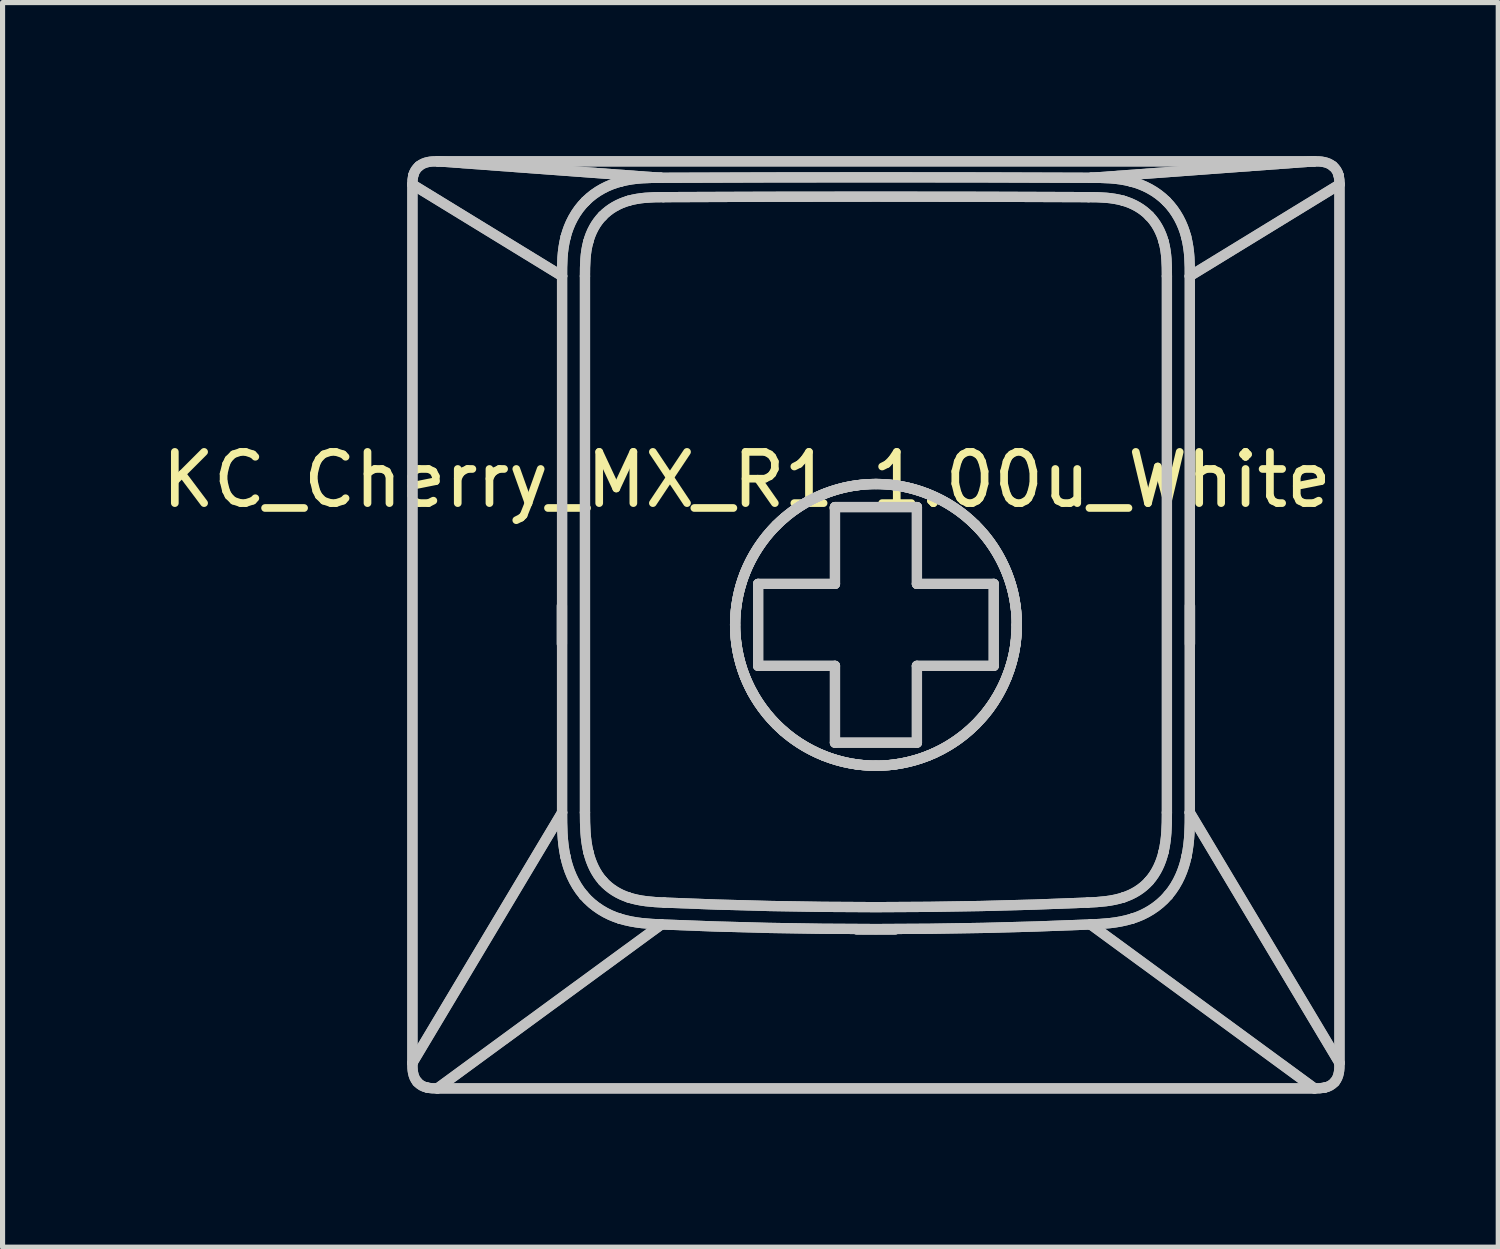
<source format=kicad_pcb>
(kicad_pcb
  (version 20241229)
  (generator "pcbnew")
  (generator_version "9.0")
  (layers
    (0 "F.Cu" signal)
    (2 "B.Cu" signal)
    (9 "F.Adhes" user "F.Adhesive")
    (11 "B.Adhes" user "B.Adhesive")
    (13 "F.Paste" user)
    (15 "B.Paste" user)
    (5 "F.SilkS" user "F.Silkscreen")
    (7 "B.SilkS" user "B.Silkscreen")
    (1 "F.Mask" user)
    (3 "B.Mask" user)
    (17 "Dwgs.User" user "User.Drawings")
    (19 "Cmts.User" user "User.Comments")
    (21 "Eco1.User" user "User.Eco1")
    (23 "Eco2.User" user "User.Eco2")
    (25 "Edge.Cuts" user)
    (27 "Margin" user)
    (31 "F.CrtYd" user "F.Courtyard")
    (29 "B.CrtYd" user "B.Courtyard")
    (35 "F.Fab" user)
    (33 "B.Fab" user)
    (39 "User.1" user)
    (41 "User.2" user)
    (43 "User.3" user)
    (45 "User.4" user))
  (footprint "KC_Cherry_MX_R1_1.00u_White"
    (layer "F.Cu")
    (at 14.07 9.112)
    (property "Reference" "KC_Cherry_MX_R1_1.00u_White" (at -2.54 -2.794 0) (layer "F.SilkS") (effects (font (size 1 1) (thickness 0.15))))
    (attr allow_missing_courtyard)
    (fp_line (start -9.068 -8.56) (end -6.146 -6.771) (stroke (width 0.2) (type default)) (layer "Dwgs.User"))
    (fp_line (start -9.068 -8.56) (end -6.146 -6.771) (stroke (width 0.2) (type default)) (layer "Dwgs.User"))
    (fp_line (start -9.068 8.591) (end -9.068 -8.56) (stroke (width 0.2) (type default)) (layer "Dwgs.User"))
    (fp_line (start -9.068 8.591) (end -9.068 -8.56) (stroke (width 0.2) (type default)) (layer "Dwgs.User"))
    (fp_line (start -9.068 8.591) (end -6.146 3.702) (stroke (width 0.2) (type default)) (layer "Dwgs.User"))
    (fp_line (start -9.068 8.591) (end -6.146 3.702) (stroke (width 0.2) (type default)) (layer "Dwgs.User"))
    (fp_line (start -8.58 9.088) (end -4.207 5.887) (stroke (width 0.2) (type default)) (layer "Dwgs.User"))
    (fp_line (start -8.58 9.088) (end -4.207 5.887) (stroke (width 0.2) (type default)) (layer "Dwgs.User"))
    (fp_line (start -8.575 -9.012) (end -4.216 -8.691) (stroke (width 0.2) (type default)) (layer "Dwgs.User"))
    (fp_line (start -8.575 -9.012) (end -4.216 -8.691) (stroke (width 0.2) (type default)) (layer "Dwgs.User"))
    (fp_line (start -8.575 -9.012) (end 8.539 -9.012) (stroke (width 0.2) (type default)) (layer "Dwgs.User"))
    (fp_line (start -8.575 -9.012) (end 8.539 -9.012) (stroke (width 0.2) (type default)) (layer "Dwgs.User"))
    (fp_line (start -6.149 0.412) (end -6.149 -0.338) (stroke (width 0.2) (type default)) (layer "Dwgs.User"))
    (fp_line (start -6.149 0.412) (end -6.149 -0.338) (stroke (width 0.2) (type default)) (layer "Dwgs.User"))
    (fp_line (start -6.146 -6.771) (end -6.146 3.702) (stroke (width 0.2) (type default)) (layer "Dwgs.User"))
    (fp_line (start -6.146 -6.771) (end -6.146 3.702) (stroke (width 0.2) (type default)) (layer "Dwgs.User"))
    (fp_line (start -5.699 -6.771) (end -5.699 3.702) (stroke (width 0.2) (type default)) (layer "Dwgs.User"))
    (fp_line (start -5.699 -6.771) (end -5.699 3.702) (stroke (width 0.2) (type default)) (layer "Dwgs.User"))
    (fp_line (start -2.318 -0.762) (end -0.818 -0.762) (stroke (width 0.2) (type default)) (layer "Dwgs.User"))
    (fp_line (start -2.318 -0.762) (end -0.818 -0.762) (stroke (width 0.2) (type default)) (layer "Dwgs.User"))
    (fp_line (start -2.318 0.838) (end -2.318 -0.762) (stroke (width 0.2) (type default)) (layer "Dwgs.User"))
    (fp_line (start -2.318 0.838) (end -2.318 -0.762) (stroke (width 0.2) (type default)) (layer "Dwgs.User"))
    (fp_line (start -0.818 -2.262) (end 0.782 -2.262) (stroke (width 0.2) (type default)) (layer "Dwgs.User"))
    (fp_line (start -0.818 -2.262) (end 0.782 -2.262) (stroke (width 0.2) (type default)) (layer "Dwgs.User"))
    (fp_line (start -0.818 -0.762) (end -0.818 -2.262) (stroke (width 0.2) (type default)) (layer "Dwgs.User"))
    (fp_line (start -0.818 -0.762) (end -0.818 -2.262) (stroke (width 0.2) (type default)) (layer "Dwgs.User"))
    (fp_line (start -0.818 0.838) (end -2.318 0.838) (stroke (width 0.2) (type default)) (layer "Dwgs.User"))
    (fp_line (start -0.818 0.838) (end -2.318 0.838) (stroke (width 0.2) (type default)) (layer "Dwgs.User"))
    (fp_line (start -0.818 2.338) (end -0.818 0.838) (stroke (width 0.2) (type default)) (layer "Dwgs.User"))
    (fp_line (start -0.818 2.338) (end -0.818 0.838) (stroke (width 0.2) (type default)) (layer "Dwgs.User"))
    (fp_line (start -0.393 5.985) (end 0.357 5.985) (stroke (width 0.2) (type default)) (layer "Dwgs.User"))
    (fp_line (start -0.393 5.985) (end 0.357 5.985) (stroke (width 0.2) (type default)) (layer "Dwgs.User"))
    (fp_line (start 0.782 -2.262) (end 0.782 -0.762) (stroke (width 0.2) (type default)) (layer "Dwgs.User"))
    (fp_line (start 0.782 -2.262) (end 0.782 -0.762) (stroke (width 0.2) (type default)) (layer "Dwgs.User"))
    (fp_line (start 0.782 -0.762) (end 2.282 -0.762) (stroke (width 0.2) (type default)) (layer "Dwgs.User"))
    (fp_line (start 0.782 -0.762) (end 2.282 -0.762) (stroke (width 0.2) (type default)) (layer "Dwgs.User"))
    (fp_line (start 0.782 0.838) (end 0.782 2.338) (stroke (width 0.2) (type default)) (layer "Dwgs.User"))
    (fp_line (start 0.782 0.838) (end 0.782 2.338) (stroke (width 0.2) (type default)) (layer "Dwgs.User"))
    (fp_line (start 0.782 2.338) (end -0.818 2.338) (stroke (width 0.2) (type default)) (layer "Dwgs.User"))
    (fp_line (start 0.782 2.338) (end -0.818 2.338) (stroke (width 0.2) (type default)) (layer "Dwgs.User"))
    (fp_line (start 2.282 -0.762) (end 2.282 0.838) (stroke (width 0.2) (type default)) (layer "Dwgs.User"))
    (fp_line (start 2.282 -0.762) (end 2.282 0.838) (stroke (width 0.2) (type default)) (layer "Dwgs.User"))
    (fp_line (start 2.282 0.838) (end 0.782 0.838) (stroke (width 0.2) (type default)) (layer "Dwgs.User"))
    (fp_line (start 2.282 0.838) (end 0.782 0.838) (stroke (width 0.2) (type default)) (layer "Dwgs.User"))
    (fp_line (start 2.707 0.412) (end 2.732 0.038) (stroke (width 0.2) (type default)) (layer "Dwgs.User"))
    (fp_line (start 4.181 -8.691) (end 8.539 -9.012) (stroke (width 0.2) (type default)) (layer "Dwgs.User"))
    (fp_line (start 4.181 -8.691) (end 8.539 -9.012) (stroke (width 0.2) (type default)) (layer "Dwgs.User"))
    (fp_line (start 5.663 3.702) (end 5.663 -6.771) (stroke (width 0.2) (type default)) (layer "Dwgs.User"))
    (fp_line (start 5.663 3.702) (end 5.663 -6.771) (stroke (width 0.2) (type default)) (layer "Dwgs.User"))
    (fp_line (start 6.11 -6.771) (end 9.032 -8.56) (stroke (width 0.2) (type default)) (layer "Dwgs.User"))
    (fp_line (start 6.11 -6.771) (end 9.032 -8.56) (stroke (width 0.2) (type default)) (layer "Dwgs.User"))
    (fp_line (start 6.11 3.702) (end 6.11 -6.771) (stroke (width 0.2) (type default)) (layer "Dwgs.User"))
    (fp_line (start 6.11 3.702) (end 6.11 -6.771) (stroke (width 0.2) (type default)) (layer "Dwgs.User"))
    (fp_line (start 6.113 0.412) (end 6.113 -0.338) (stroke (width 0.2) (type default)) (layer "Dwgs.User"))
    (fp_line (start 6.113 0.412) (end 6.113 -0.338) (stroke (width 0.2) (type default)) (layer "Dwgs.User"))
    (fp_line (start 8.544 9.088) (end -8.58 9.088) (stroke (width 0.2) (type default)) (layer "Dwgs.User"))
    (fp_line (start 8.544 9.088) (end -8.58 9.088) (stroke (width 0.2) (type default)) (layer "Dwgs.User"))
    (fp_line (start 8.544 9.088) (end 4.172 5.887) (stroke (width 0.2) (type default)) (layer "Dwgs.User"))
    (fp_line (start 8.544 9.088) (end 4.172 5.887) (stroke (width 0.2) (type default)) (layer "Dwgs.User"))
    (fp_line (start 9.032 -8.56) (end 9.032 8.591) (stroke (width 0.2) (type default)) (layer "Dwgs.User"))
    (fp_line (start 9.032 -8.56) (end 9.032 8.591) (stroke (width 0.2) (type default)) (layer "Dwgs.User"))
    (fp_line (start 9.032 8.591) (end 6.11 3.702) (stroke (width 0.2) (type default)) (layer "Dwgs.User"))
    (fp_line (start 9.032 8.591) (end 6.11 3.702) (stroke (width 0.2) (type default)) (layer "Dwgs.User"))
    (fp_curve (pts (xy -9.068 -8.56) (xy -9.07 -8.619) (xy -9.065 -8.678) (xy -9.052 -8.736)) (stroke (width 0.2) (type default)) (layer "Dwgs.User"))
    (fp_curve (pts (xy -9.068 -8.56) (xy -9.07 -8.619) (xy -9.065 -8.678) (xy -9.052 -8.736)) (stroke (width 0.2) (type default)) (layer "Dwgs.User"))
    (fp_curve (pts (xy -9.052 -8.736) (xy -9.033 -8.809) (xy -8.995 -8.87) (xy -8.938 -8.918)) (stroke (width 0.2) (type default)) (layer "Dwgs.User"))
    (fp_curve (pts (xy -9.052 -8.736) (xy -9.033 -8.809) (xy -8.995 -8.87) (xy -8.938 -8.918)) (stroke (width 0.2) (type default)) (layer "Dwgs.User"))
    (fp_curve (pts (xy -8.974 8.961) (xy -9.062 8.86) (xy -9.07 8.719) (xy -9.068 8.591)) (stroke (width 0.2) (type default)) (layer "Dwgs.User"))
    (fp_curve (pts (xy -8.974 8.961) (xy -9.062 8.86) (xy -9.07 8.719) (xy -9.068 8.591)) (stroke (width 0.2) (type default)) (layer "Dwgs.User"))
    (fp_curve (pts (xy -8.938 -8.918) (xy -8.837 -9.002) (xy -8.701 -9.015) (xy -8.575 -9.012)) (stroke (width 0.2) (type default)) (layer "Dwgs.User"))
    (fp_curve (pts (xy -8.938 -8.918) (xy -8.837 -9.002) (xy -8.701 -9.015) (xy -8.575 -9.012)) (stroke (width 0.2) (type default)) (layer "Dwgs.User"))
    (fp_curve (pts (xy -8.78 9.072) (xy -8.857 9.057) (xy -8.922 9.02) (xy -8.974 8.961)) (stroke (width 0.2) (type default)) (layer "Dwgs.User"))
    (fp_curve (pts (xy -8.78 9.072) (xy -8.857 9.057) (xy -8.922 9.02) (xy -8.974 8.961)) (stroke (width 0.2) (type default)) (layer "Dwgs.User"))
    (fp_curve (pts (xy -8.58 9.088) (xy -8.647 9.09) (xy -8.714 9.085) (xy -8.78 9.072)) (stroke (width 0.2) (type default)) (layer "Dwgs.User"))
    (fp_curve (pts (xy -8.58 9.088) (xy -8.647 9.09) (xy -8.714 9.085) (xy -8.78 9.072)) (stroke (width 0.2) (type default)) (layer "Dwgs.User"))
    (fp_curve (pts (xy -6.146 -6.771) (xy -6.146 -6.995) (xy -6.148 -7.259) (xy -6.074 -7.542)) (stroke (width 0.2) (type default)) (layer "Dwgs.User"))
    (fp_curve (pts (xy -6.146 -6.771) (xy -6.146 -6.995) (xy -6.148 -7.259) (xy -6.074 -7.542)) (stroke (width 0.2) (type default)) (layer "Dwgs.User"))
    (fp_curve (pts (xy -6.082 4.557) (xy -6.147 4.248) (xy -6.145 3.961) (xy -6.146 3.702)) (stroke (width 0.2) (type default)) (layer "Dwgs.User"))
    (fp_curve (pts (xy -6.082 4.557) (xy -6.147 4.248) (xy -6.145 3.961) (xy -6.146 3.702)) (stroke (width 0.2) (type default)) (layer "Dwgs.User"))
    (fp_curve (pts (xy -6.074 -7.542) (xy -6.011 -7.787) (xy -5.881 -8.04) (xy -5.687 -8.232)) (stroke (width 0.2) (type default)) (layer "Dwgs.User"))
    (fp_curve (pts (xy -6.074 -7.542) (xy -6.011 -7.787) (xy -5.881 -8.04) (xy -5.687 -8.232)) (stroke (width 0.2) (type default)) (layer "Dwgs.User"))
    (fp_curve (pts (xy -5.724 5.317) (xy -5.923 5.084) (xy -6.029 4.809) (xy -6.082 4.557)) (stroke (width 0.2) (type default)) (layer "Dwgs.User"))
    (fp_curve (pts (xy -5.724 5.317) (xy -5.923 5.084) (xy -6.029 4.809) (xy -6.082 4.557)) (stroke (width 0.2) (type default)) (layer "Dwgs.User"))
    (fp_curve (pts (xy -5.699 -6.771) (xy -5.699 -6.995) (xy -5.695 -7.223) (xy -5.635 -7.44)) (stroke (width 0.2) (type default)) (layer "Dwgs.User"))
    (fp_curve (pts (xy -5.699 -6.771) (xy -5.699 -6.995) (xy -5.695 -7.223) (xy -5.635 -7.44)) (stroke (width 0.2) (type default)) (layer "Dwgs.User"))
    (fp_curve (pts (xy -5.687 -8.232) (xy -5.491 -8.43) (xy -5.24 -8.556) (xy -4.999 -8.617)) (stroke (width 0.2) (type default)) (layer "Dwgs.User"))
    (fp_curve (pts (xy -5.687 -8.232) (xy -5.491 -8.43) (xy -5.24 -8.556) (xy -4.999 -8.617)) (stroke (width 0.2) (type default)) (layer "Dwgs.User"))
    (fp_curve (pts (xy -5.635 -7.44) (xy -5.585 -7.629) (xy -5.491 -7.807) (xy -5.356 -7.945)) (stroke (width 0.2) (type default)) (layer "Dwgs.User"))
    (fp_curve (pts (xy -5.635 -7.44) (xy -5.585 -7.629) (xy -5.491 -7.807) (xy -5.356 -7.945)) (stroke (width 0.2) (type default)) (layer "Dwgs.User"))
    (fp_curve (pts (xy -5.632 4.475) (xy -5.693 4.223) (xy -5.699 3.961) (xy -5.699 3.702)) (stroke (width 0.2) (type default)) (layer "Dwgs.User"))
    (fp_curve (pts (xy -5.632 4.475) (xy -5.693 4.223) (xy -5.699 3.961) (xy -5.699 3.702)) (stroke (width 0.2) (type default)) (layer "Dwgs.User"))
    (fp_curve (pts (xy -5.356 -7.945) (xy -5.218 -8.088) (xy -5.041 -8.186) (xy -4.853 -8.241)) (stroke (width 0.2) (type default)) (layer "Dwgs.User"))
    (fp_curve (pts (xy -5.356 -7.945) (xy -5.218 -8.088) (xy -5.041 -8.186) (xy -4.853 -8.241)) (stroke (width 0.2) (type default)) (layer "Dwgs.User"))
    (fp_curve (pts (xy -5.351 5.039) (xy -5.492 4.881) (xy -5.582 4.682) (xy -5.632 4.475)) (stroke (width 0.2) (type default)) (layer "Dwgs.User"))
    (fp_curve (pts (xy -5.351 5.039) (xy -5.492 4.881) (xy -5.582 4.682) (xy -5.632 4.475)) (stroke (width 0.2) (type default)) (layer "Dwgs.User"))
    (fp_curve (pts (xy -5.019 5.774) (xy -5.269 5.699) (xy -5.535 5.541) (xy -5.724 5.317)) (stroke (width 0.2) (type default)) (layer "Dwgs.User"))
    (fp_curve (pts (xy -5.019 5.774) (xy -5.269 5.699) (xy -5.535 5.541) (xy -5.724 5.317)) (stroke (width 0.2) (type default)) (layer "Dwgs.User"))
    (fp_curve (pts (xy -4.999 -8.617) (xy -4.715 -8.691) (xy -4.448 -8.689) (xy -4.216 -8.691)) (stroke (width 0.2) (type default)) (layer "Dwgs.User"))
    (fp_curve (pts (xy -4.999 -8.617) (xy -4.715 -8.691) (xy -4.448 -8.689) (xy -4.216 -8.691)) (stroke (width 0.2) (type default)) (layer "Dwgs.User"))
    (fp_curve (pts (xy -4.853 -8.241) (xy -4.632 -8.305) (xy -4.399 -8.313) (xy -4.169 -8.313)) (stroke (width 0.2) (type default)) (layer "Dwgs.User"))
    (fp_curve (pts (xy -4.853 -8.241) (xy -4.632 -8.305) (xy -4.399 -8.313) (xy -4.169 -8.313)) (stroke (width 0.2) (type default)) (layer "Dwgs.User"))
    (fp_curve (pts (xy -4.851 5.359) (xy -5.04 5.297) (xy -5.217 5.19) (xy -5.351 5.039)) (stroke (width 0.2) (type default)) (layer "Dwgs.User"))
    (fp_curve (pts (xy -4.851 5.359) (xy -5.04 5.297) (xy -5.217 5.19) (xy -5.351 5.039)) (stroke (width 0.2) (type default)) (layer "Dwgs.User"))
    (fp_curve (pts (xy -4.207 5.887) (xy -4.446 5.875) (xy -4.72 5.866) (xy -5.019 5.774)) (stroke (width 0.2) (type default)) (layer "Dwgs.User"))
    (fp_curve (pts (xy -4.207 5.887) (xy -4.446 5.875) (xy -4.72 5.866) (xy -5.019 5.774)) (stroke (width 0.2) (type default)) (layer "Dwgs.User"))
    (fp_curve (pts (xy -4.207 5.887) (xy -1.43 6.007) (xy 1.395 6.007) (xy 4.172 5.887)) (stroke (width 0.2) (type default)) (layer "Dwgs.User"))
    (fp_curve (pts (xy -4.207 5.887) (xy -1.43 6.007) (xy 1.395 6.007) (xy 4.172 5.887)) (stroke (width 0.2) (type default)) (layer "Dwgs.User"))
    (fp_curve (pts (xy -4.151 5.46) (xy -4.387 5.45) (xy -4.626 5.433) (xy -4.851 5.359)) (stroke (width 0.2) (type default)) (layer "Dwgs.User"))
    (fp_curve (pts (xy -4.151 5.46) (xy -4.387 5.45) (xy -4.626 5.433) (xy -4.851 5.359)) (stroke (width 0.2) (type default)) (layer "Dwgs.User"))
    (fp_curve (pts (xy -4.151 5.46) (xy -1.411 5.579) (xy 1.376 5.579) (xy 4.116 5.46)) (stroke (width 0.2) (type default)) (layer "Dwgs.User"))
    (fp_curve (pts (xy -4.151 5.46) (xy -1.411 5.579) (xy 1.376 5.579) (xy 4.116 5.46)) (stroke (width 0.2) (type default)) (layer "Dwgs.User"))
    (fp_curve (pts (xy -2.768 0.038) (xy -2.768 0.361) (xy -2.709 0.711) (xy -2.575 1.05)) (stroke (width 0.2) (type default)) (layer "Dwgs.User"))
    (fp_curve (pts (xy -2.768 0.038) (xy -2.768 0.361) (xy -2.709 0.711) (xy -2.575 1.05)) (stroke (width 0.2) (type default)) (layer "Dwgs.User"))
    (fp_curve (pts (xy -2.742 -0.338) (xy -2.776 -0.088) (xy -2.776 0.162) (xy -2.742 0.412)) (stroke (width 0.2) (type default)) (layer "Dwgs.User"))
    (fp_curve (pts (xy -2.742 -0.338) (xy -2.776 -0.088) (xy -2.776 0.162) (xy -2.742 0.412)) (stroke (width 0.2) (type default)) (layer "Dwgs.User"))
    (fp_curve (pts (xy -2.742 -0.338) (xy -2.722 -0.48) (xy -2.693 -0.617) (xy -2.653 -0.749)) (stroke (width 0.2) (type default)) (layer "Dwgs.User"))
    (fp_curve (pts (xy -2.742 -0.338) (xy -2.722 -0.48) (xy -2.693 -0.617) (xy -2.653 -0.749)) (stroke (width 0.2) (type default)) (layer "Dwgs.User"))
    (fp_curve (pts (xy -2.653 -0.749) (xy -2.514 -1.224) (xy -2.22 -1.7) (xy -1.808 -2.05)) (stroke (width 0.2) (type default)) (layer "Dwgs.User"))
    (fp_curve (pts (xy -2.653 -0.749) (xy -2.514 -1.224) (xy -2.22 -1.7) (xy -1.808 -2.05)) (stroke (width 0.2) (type default)) (layer "Dwgs.User"))
    (fp_curve (pts (xy -2.575 -0.975) (xy -2.709 -0.636) (xy -2.768 -0.286) (xy -2.768 0.038)) (stroke (width 0.2) (type default)) (layer "Dwgs.User"))
    (fp_curve (pts (xy -2.575 -0.975) (xy -2.709 -0.636) (xy -2.768 -0.286) (xy -2.768 0.038)) (stroke (width 0.2) (type default)) (layer "Dwgs.User"))
    (fp_curve (pts (xy -2.575 1.05) (xy -2.441 1.389) (xy -2.231 1.714) (xy -1.962 1.982)) (stroke (width 0.2) (type default)) (layer "Dwgs.User"))
    (fp_curve (pts (xy -2.575 1.05) (xy -2.441 1.389) (xy -2.231 1.714) (xy -1.962 1.982)) (stroke (width 0.2) (type default)) (layer "Dwgs.User"))
    (fp_curve (pts (xy -2.428 1.362) (xy -2.589 1.071) (xy -2.697 0.744) (xy -2.742 0.412)) (stroke (width 0.2) (type default)) (layer "Dwgs.User"))
    (fp_curve (pts (xy -2.428 1.362) (xy -2.589 1.071) (xy -2.697 0.744) (xy -2.742 0.412)) (stroke (width 0.2) (type default)) (layer "Dwgs.User"))
    (fp_curve (pts (xy -1.962 -1.907) (xy -2.231 -1.639) (xy -2.441 -1.313) (xy -2.575 -0.975)) (stroke (width 0.2) (type default)) (layer "Dwgs.User"))
    (fp_curve (pts (xy -1.962 -1.907) (xy -2.231 -1.639) (xy -2.441 -1.313) (xy -2.575 -0.975)) (stroke (width 0.2) (type default)) (layer "Dwgs.User"))
    (fp_curve (pts (xy -1.962 1.982) (xy -1.694 2.251) (xy -1.369 2.461) (xy -1.03 2.595)) (stroke (width 0.2) (type default)) (layer "Dwgs.User"))
    (fp_curve (pts (xy -1.962 1.982) (xy -1.694 2.251) (xy -1.369 2.461) (xy -1.03 2.595)) (stroke (width 0.2) (type default)) (layer "Dwgs.User"))
    (fp_curve (pts (xy -1.825 2.111) (xy -2.058 1.908) (xy -2.268 1.653) (xy -2.428 1.362)) (stroke (width 0.2) (type default)) (layer "Dwgs.User"))
    (fp_curve (pts (xy -1.825 2.111) (xy -2.058 1.908) (xy -2.268 1.653) (xy -2.428 1.362)) (stroke (width 0.2) (type default)) (layer "Dwgs.User"))
    (fp_curve (pts (xy -1.808 -2.05) (xy -1.399 -2.404) (xy -0.884 -2.622) (xy -0.393 -2.687)) (stroke (width 0.2) (type default)) (layer "Dwgs.User"))
    (fp_curve (pts (xy -1.808 -2.05) (xy -1.399 -2.404) (xy -0.884 -2.622) (xy -0.393 -2.687)) (stroke (width 0.2) (type default)) (layer "Dwgs.User"))
    (fp_curve (pts (xy -1.03 -2.519) (xy -1.369 -2.386) (xy -1.694 -2.176) (xy -1.962 -1.907)) (stroke (width 0.2) (type default)) (layer "Dwgs.User"))
    (fp_curve (pts (xy -1.03 -2.519) (xy -1.369 -2.386) (xy -1.694 -2.176) (xy -1.962 -1.907)) (stroke (width 0.2) (type default)) (layer "Dwgs.User"))
    (fp_curve (pts (xy -1.03 2.595) (xy -0.691 2.729) (xy -0.342 2.788) (xy -0.018 2.788)) (stroke (width 0.2) (type default)) (layer "Dwgs.User"))
    (fp_curve (pts (xy -1.03 2.595) (xy -0.691 2.729) (xy -0.342 2.788) (xy -0.018 2.788)) (stroke (width 0.2) (type default)) (layer "Dwgs.User"))
    (fp_curve (pts (xy -0.393 2.762) (xy -0.936 2.69) (xy -1.448 2.443) (xy -1.825 2.111)) (stroke (width 0.2) (type default)) (layer "Dwgs.User"))
    (fp_curve (pts (xy -0.393 2.762) (xy -0.936 2.69) (xy -1.448 2.443) (xy -1.825 2.111)) (stroke (width 0.2) (type default)) (layer "Dwgs.User"))
    (fp_curve (pts (xy -0.018 -2.712) (xy -0.342 -2.713) (xy -0.691 -2.654) (xy -1.03 -2.519)) (stroke (width 0.2) (type default)) (layer "Dwgs.User"))
    (fp_curve (pts (xy -0.018 -2.712) (xy -0.342 -2.713) (xy -0.691 -2.654) (xy -1.03 -2.519)) (stroke (width 0.2) (type default)) (layer "Dwgs.User"))
    (fp_curve (pts (xy -0.018 2.788) (xy 0.306 2.788) (xy 0.656 2.729) (xy 0.994 2.595)) (stroke (width 0.2) (type default)) (layer "Dwgs.User"))
    (fp_curve (pts (xy -0.018 2.788) (xy 0.306 2.788) (xy 0.656 2.729) (xy 0.994 2.595)) (stroke (width 0.2) (type default)) (layer "Dwgs.User"))
    (fp_curve (pts (xy 0.357 -2.687) (xy 0.107 -2.721) (xy -0.143 -2.721) (xy -0.393 -2.687)) (stroke (width 0.2) (type default)) (layer "Dwgs.User"))
    (fp_curve (pts (xy 0.357 -2.687) (xy 0.107 -2.721) (xy -0.143 -2.721) (xy -0.393 -2.687)) (stroke (width 0.2) (type default)) (layer "Dwgs.User"))
    (fp_curve (pts (xy 0.357 -2.687) (xy 0.892 -2.617) (xy 1.472 -2.359) (xy 1.911 -1.922)) (stroke (width 0.2) (type default)) (layer "Dwgs.User"))
    (fp_curve (pts (xy 0.357 -2.687) (xy 0.892 -2.617) (xy 1.472 -2.359) (xy 1.911 -1.922)) (stroke (width 0.2) (type default)) (layer "Dwgs.User"))
    (fp_curve (pts (xy 0.357 2.762) (xy 0.107 2.796) (xy -0.143 2.796) (xy -0.393 2.762)) (stroke (width 0.2) (type default)) (layer "Dwgs.User"))
    (fp_curve (pts (xy 0.357 2.762) (xy 0.107 2.796) (xy -0.143 2.796) (xy -0.393 2.762)) (stroke (width 0.2) (type default)) (layer "Dwgs.User"))
    (fp_curve (pts (xy 0.994 -2.519) (xy 0.656 -2.654) (xy 0.306 -2.713) (xy -0.018 -2.712)) (stroke (width 0.2) (type default)) (layer "Dwgs.User"))
    (fp_curve (pts (xy 0.994 -2.519) (xy 0.656 -2.654) (xy 0.306 -2.713) (xy -0.018 -2.712)) (stroke (width 0.2) (type default)) (layer "Dwgs.User"))
    (fp_curve (pts (xy 0.994 2.595) (xy 1.333 2.461) (xy 1.658 2.251) (xy 1.927 1.982)) (stroke (width 0.2) (type default)) (layer "Dwgs.User"))
    (fp_curve (pts (xy 0.994 2.595) (xy 1.333 2.461) (xy 1.658 2.251) (xy 1.927 1.982)) (stroke (width 0.2) (type default)) (layer "Dwgs.User"))
    (fp_curve (pts (xy 1.121 2.541) (xy 0.885 2.649) (xy 0.63 2.723) (xy 0.357 2.762)) (stroke (width 0.2) (type default)) (layer "Dwgs.User"))
    (fp_curve (pts (xy 1.121 2.541) (xy 0.885 2.649) (xy 0.63 2.723) (xy 0.357 2.762)) (stroke (width 0.2) (type default)) (layer "Dwgs.User"))
    (fp_curve (pts (xy 1.911 -1.922) (xy 2.355 -1.491) (xy 2.634 -0.899) (xy 2.706 -0.338)) (stroke (width 0.2) (type default)) (layer "Dwgs.User"))
    (fp_curve (pts (xy 1.911 -1.922) (xy 2.355 -1.491) (xy 2.634 -0.899) (xy 2.706 -0.338)) (stroke (width 0.2) (type default)) (layer "Dwgs.User"))
    (fp_curve (pts (xy 1.927 -1.907) (xy 1.658 -2.176) (xy 1.333 -2.386) (xy 0.994 -2.519)) (stroke (width 0.2) (type default)) (layer "Dwgs.User"))
    (fp_curve (pts (xy 1.927 -1.907) (xy 1.658 -2.176) (xy 1.333 -2.386) (xy 0.994 -2.519)) (stroke (width 0.2) (type default)) (layer "Dwgs.User"))
    (fp_curve (pts (xy 1.927 1.982) (xy 2.196 1.714) (xy 2.406 1.389) (xy 2.539 1.05)) (stroke (width 0.2) (type default)) (layer "Dwgs.User"))
    (fp_curve (pts (xy 1.927 1.982) (xy 2.196 1.714) (xy 2.406 1.389) (xy 2.539 1.05)) (stroke (width 0.2) (type default)) (layer "Dwgs.User"))
    (fp_curve (pts (xy 2.18 1.691) (xy 1.897 2.069) (xy 1.517 2.363) (xy 1.121 2.541)) (stroke (width 0.2) (type default)) (layer "Dwgs.User"))
    (fp_curve (pts (xy 2.18 1.691) (xy 1.897 2.069) (xy 1.517 2.363) (xy 1.121 2.541)) (stroke (width 0.2) (type default)) (layer "Dwgs.User"))
    (fp_curve (pts (xy 2.539 -0.975) (xy 2.406 -1.313) (xy 2.196 -1.639) (xy 1.927 -1.907)) (stroke (width 0.2) (type default)) (layer "Dwgs.User"))
    (fp_curve (pts (xy 2.539 -0.975) (xy 2.406 -1.313) (xy 2.196 -1.639) (xy 1.927 -1.907)) (stroke (width 0.2) (type default)) (layer "Dwgs.User"))
    (fp_curve (pts (xy 2.539 1.05) (xy 2.674 0.711) (xy 2.733 0.361) (xy 2.732 0.038)) (stroke (width 0.2) (type default)) (layer "Dwgs.User"))
    (fp_curve (pts (xy 2.539 1.05) (xy 2.674 0.711) (xy 2.733 0.361) (xy 2.732 0.038)) (stroke (width 0.2) (type default)) (layer "Dwgs.User"))
    (fp_curve (pts (xy 2.706 -0.338) (xy 2.724 -0.213) (xy 2.732 -0.088) (xy 2.732 0.038)) (stroke (width 0.2) (type default)) (layer "Dwgs.User"))
    (fp_curve (pts (xy 2.706 -0.338) (xy 2.724 -0.213) (xy 2.732 -0.088) (xy 2.732 0.038)) (stroke (width 0.2) (type default)) (layer "Dwgs.User"))
    (fp_curve (pts (xy 2.707 0.412) (xy 2.647 0.858) (xy 2.465 1.314) (xy 2.18 1.691)) (stroke (width 0.2) (type default)) (layer "Dwgs.User"))
    (fp_curve (pts (xy 2.707 0.412) (xy 2.647 0.858) (xy 2.465 1.314) (xy 2.18 1.691)) (stroke (width 0.2) (type default)) (layer "Dwgs.User"))
    (fp_curve (pts (xy 2.732 0.038) (xy 2.733 -0.286) (xy 2.674 -0.636) (xy 2.539 -0.975)) (stroke (width 0.2) (type default)) (layer "Dwgs.User"))
    (fp_curve (pts (xy 2.732 0.038) (xy 2.733 -0.286) (xy 2.674 -0.636) (xy 2.539 -0.975)) (stroke (width 0.2) (type default)) (layer "Dwgs.User"))
    (fp_curve (pts (xy 2.732 0.038) (xy 2.732 0.163) (xy 2.724 0.288) (xy 2.707 0.412)) (stroke (width 0.2) (type default)) (layer "Dwgs.User"))
    (fp_curve (pts (xy 2.732 0.038) (xy 2.732 0.163) (xy 2.724 0.288) (xy 2.707 0.412)) (stroke (width 0.2) (type default)) (layer "Dwgs.User"))
    (fp_curve (pts (xy 4.134 -8.313) (xy 1.38 -8.326) (xy -1.416 -8.326) (xy -4.169 -8.313)) (stroke (width 0.2) (type default)) (layer "Dwgs.User"))
    (fp_curve (pts (xy 4.134 -8.313) (xy 1.38 -8.326) (xy -1.416 -8.326) (xy -4.169 -8.313)) (stroke (width 0.2) (type default)) (layer "Dwgs.User"))
    (fp_curve (pts (xy 4.134 -8.313) (xy 4.363 -8.313) (xy 4.596 -8.305) (xy 4.817 -8.241)) (stroke (width 0.2) (type default)) (layer "Dwgs.User"))
    (fp_curve (pts (xy 4.134 -8.313) (xy 4.363 -8.313) (xy 4.596 -8.305) (xy 4.817 -8.241)) (stroke (width 0.2) (type default)) (layer "Dwgs.User"))
    (fp_curve (pts (xy 4.181 -8.691) (xy 1.396 -8.703) (xy -1.432 -8.703) (xy -4.216 -8.691)) (stroke (width 0.2) (type default)) (layer "Dwgs.User"))
    (fp_curve (pts (xy 4.181 -8.691) (xy 1.396 -8.703) (xy -1.432 -8.703) (xy -4.216 -8.691)) (stroke (width 0.2) (type default)) (layer "Dwgs.User"))
    (fp_curve (pts (xy 4.181 -8.691) (xy 4.413 -8.689) (xy 4.68 -8.691) (xy 4.964 -8.617)) (stroke (width 0.2) (type default)) (layer "Dwgs.User"))
    (fp_curve (pts (xy 4.181 -8.691) (xy 4.413 -8.689) (xy 4.68 -8.691) (xy 4.964 -8.617)) (stroke (width 0.2) (type default)) (layer "Dwgs.User"))
    (fp_curve (pts (xy 4.815 5.359) (xy 4.59 5.433) (xy 4.352 5.45) (xy 4.116 5.46)) (stroke (width 0.2) (type default)) (layer "Dwgs.User"))
    (fp_curve (pts (xy 4.815 5.359) (xy 4.59 5.433) (xy 4.352 5.45) (xy 4.116 5.46)) (stroke (width 0.2) (type default)) (layer "Dwgs.User"))
    (fp_curve (pts (xy 4.817 -8.241) (xy 5.005 -8.186) (xy 5.182 -8.088) (xy 5.32 -7.945)) (stroke (width 0.2) (type default)) (layer "Dwgs.User"))
    (fp_curve (pts (xy 4.817 -8.241) (xy 5.005 -8.186) (xy 5.182 -8.088) (xy 5.32 -7.945)) (stroke (width 0.2) (type default)) (layer "Dwgs.User"))
    (fp_curve (pts (xy 4.964 -8.617) (xy 5.205 -8.556) (xy 5.455 -8.43) (xy 5.652 -8.232)) (stroke (width 0.2) (type default)) (layer "Dwgs.User"))
    (fp_curve (pts (xy 4.964 -8.617) (xy 5.205 -8.556) (xy 5.455 -8.43) (xy 5.652 -8.232)) (stroke (width 0.2) (type default)) (layer "Dwgs.User"))
    (fp_curve (pts (xy 4.983 5.774) (xy 4.685 5.866) (xy 4.411 5.875) (xy 4.172 5.887)) (stroke (width 0.2) (type default)) (layer "Dwgs.User"))
    (fp_curve (pts (xy 4.983 5.774) (xy 4.685 5.866) (xy 4.411 5.875) (xy 4.172 5.887)) (stroke (width 0.2) (type default)) (layer "Dwgs.User"))
    (fp_curve (pts (xy 5.315 5.039) (xy 5.182 5.19) (xy 5.005 5.297) (xy 4.815 5.359)) (stroke (width 0.2) (type default)) (layer "Dwgs.User"))
    (fp_curve (pts (xy 5.315 5.039) (xy 5.182 5.19) (xy 5.005 5.297) (xy 4.815 5.359)) (stroke (width 0.2) (type default)) (layer "Dwgs.User"))
    (fp_curve (pts (xy 5.32 -7.945) (xy 5.456 -7.807) (xy 5.549 -7.629) (xy 5.6 -7.44)) (stroke (width 0.2) (type default)) (layer "Dwgs.User"))
    (fp_curve (pts (xy 5.32 -7.945) (xy 5.456 -7.807) (xy 5.549 -7.629) (xy 5.6 -7.44)) (stroke (width 0.2) (type default)) (layer "Dwgs.User"))
    (fp_curve (pts (xy 5.596 4.475) (xy 5.547 4.682) (xy 5.456 4.881) (xy 5.315 5.039)) (stroke (width 0.2) (type default)) (layer "Dwgs.User"))
    (fp_curve (pts (xy 5.596 4.475) (xy 5.547 4.682) (xy 5.456 4.881) (xy 5.315 5.039)) (stroke (width 0.2) (type default)) (layer "Dwgs.User"))
    (fp_curve (pts (xy 5.6 -7.44) (xy 5.659 -7.223) (xy 5.663 -6.995) (xy 5.663 -6.771)) (stroke (width 0.2) (type default)) (layer "Dwgs.User"))
    (fp_curve (pts (xy 5.6 -7.44) (xy 5.659 -7.223) (xy 5.663 -6.995) (xy 5.663 -6.771)) (stroke (width 0.2) (type default)) (layer "Dwgs.User"))
    (fp_curve (pts (xy 5.652 -8.232) (xy 5.845 -8.04) (xy 5.976 -7.787) (xy 6.038 -7.542)) (stroke (width 0.2) (type default)) (layer "Dwgs.User"))
    (fp_curve (pts (xy 5.652 -8.232) (xy 5.845 -8.04) (xy 5.976 -7.787) (xy 6.038 -7.542)) (stroke (width 0.2) (type default)) (layer "Dwgs.User"))
    (fp_curve (pts (xy 5.663 3.702) (xy 5.663 3.961) (xy 5.657 4.223) (xy 5.596 4.475)) (stroke (width 0.2) (type default)) (layer "Dwgs.User"))
    (fp_curve (pts (xy 5.663 3.702) (xy 5.663 3.961) (xy 5.657 4.223) (xy 5.596 4.475)) (stroke (width 0.2) (type default)) (layer "Dwgs.User"))
    (fp_curve (pts (xy 5.688 5.317) (xy 5.499 5.541) (xy 5.234 5.699) (xy 4.983 5.774)) (stroke (width 0.2) (type default)) (layer "Dwgs.User"))
    (fp_curve (pts (xy 5.688 5.317) (xy 5.499 5.541) (xy 5.234 5.699) (xy 4.983 5.774)) (stroke (width 0.2) (type default)) (layer "Dwgs.User"))
    (fp_curve (pts (xy 6.038 -7.542) (xy 6.112 -7.259) (xy 6.11 -6.995) (xy 6.11 -6.771)) (stroke (width 0.2) (type default)) (layer "Dwgs.User"))
    (fp_curve (pts (xy 6.038 -7.542) (xy 6.112 -7.259) (xy 6.11 -6.995) (xy 6.11 -6.771)) (stroke (width 0.2) (type default)) (layer "Dwgs.User"))
    (fp_curve (pts (xy 6.046 4.557) (xy 5.993 4.809) (xy 5.887 5.084) (xy 5.688 5.317)) (stroke (width 0.2) (type default)) (layer "Dwgs.User"))
    (fp_curve (pts (xy 6.046 4.557) (xy 5.993 4.809) (xy 5.887 5.084) (xy 5.688 5.317)) (stroke (width 0.2) (type default)) (layer "Dwgs.User"))
    (fp_curve (pts (xy 6.11 3.702) (xy 6.11 3.961) (xy 6.111 4.248) (xy 6.046 4.557)) (stroke (width 0.2) (type default)) (layer "Dwgs.User"))
    (fp_curve (pts (xy 6.11 3.702) (xy 6.11 3.961) (xy 6.111 4.248) (xy 6.046 4.557)) (stroke (width 0.2) (type default)) (layer "Dwgs.User"))
    (fp_curve (pts (xy 8.539 -9.012) (xy 8.665 -9.015) (xy 8.802 -9.002) (xy 8.902 -8.918)) (stroke (width 0.2) (type default)) (layer "Dwgs.User"))
    (fp_curve (pts (xy 8.539 -9.012) (xy 8.665 -9.015) (xy 8.802 -9.002) (xy 8.902 -8.918)) (stroke (width 0.2) (type default)) (layer "Dwgs.User"))
    (fp_curve (pts (xy 8.745 9.072) (xy 8.678 9.085) (xy 8.612 9.09) (xy 8.544 9.088)) (stroke (width 0.2) (type default)) (layer "Dwgs.User"))
    (fp_curve (pts (xy 8.745 9.072) (xy 8.678 9.085) (xy 8.612 9.09) (xy 8.544 9.088)) (stroke (width 0.2) (type default)) (layer "Dwgs.User"))
    (fp_curve (pts (xy 8.902 -8.918) (xy 8.96 -8.87) (xy 8.998 -8.809) (xy 9.016 -8.736)) (stroke (width 0.2) (type default)) (layer "Dwgs.User"))
    (fp_curve (pts (xy 8.902 -8.918) (xy 8.96 -8.87) (xy 8.998 -8.809) (xy 9.016 -8.736)) (stroke (width 0.2) (type default)) (layer "Dwgs.User"))
    (fp_curve (pts (xy 8.939 8.961) (xy 8.886 9.02) (xy 8.822 9.057) (xy 8.745 9.072)) (stroke (width 0.2) (type default)) (layer "Dwgs.User"))
    (fp_curve (pts (xy 8.939 8.961) (xy 8.886 9.02) (xy 8.822 9.057) (xy 8.745 9.072)) (stroke (width 0.2) (type default)) (layer "Dwgs.User"))
    (fp_curve (pts (xy 9.016 -8.736) (xy 9.029 -8.678) (xy 9.035 -8.619) (xy 9.032 -8.56)) (stroke (width 0.2) (type default)) (layer "Dwgs.User"))
    (fp_curve (pts (xy 9.016 -8.736) (xy 9.029 -8.678) (xy 9.035 -8.619) (xy 9.032 -8.56)) (stroke (width 0.2) (type default)) (layer "Dwgs.User"))
    (fp_curve (pts (xy 9.032 8.591) (xy 9.034 8.719) (xy 9.026 8.86) (xy 8.939 8.961)) (stroke (width 0.2) (type default)) (layer "Dwgs.User"))
    (fp_curve (pts (xy 9.032 8.591) (xy 9.034 8.719) (xy 9.026 8.86) (xy 8.939 8.961)) (stroke (width 0.2) (type default)) (layer "Dwgs.User")))
  (gr_rect
    (start -3 -3)
    (end 26.202 21.3)
    (stroke (width 0.1) (type default))
    (fill no)
    (layer "Edge.Cuts")))
</source>
